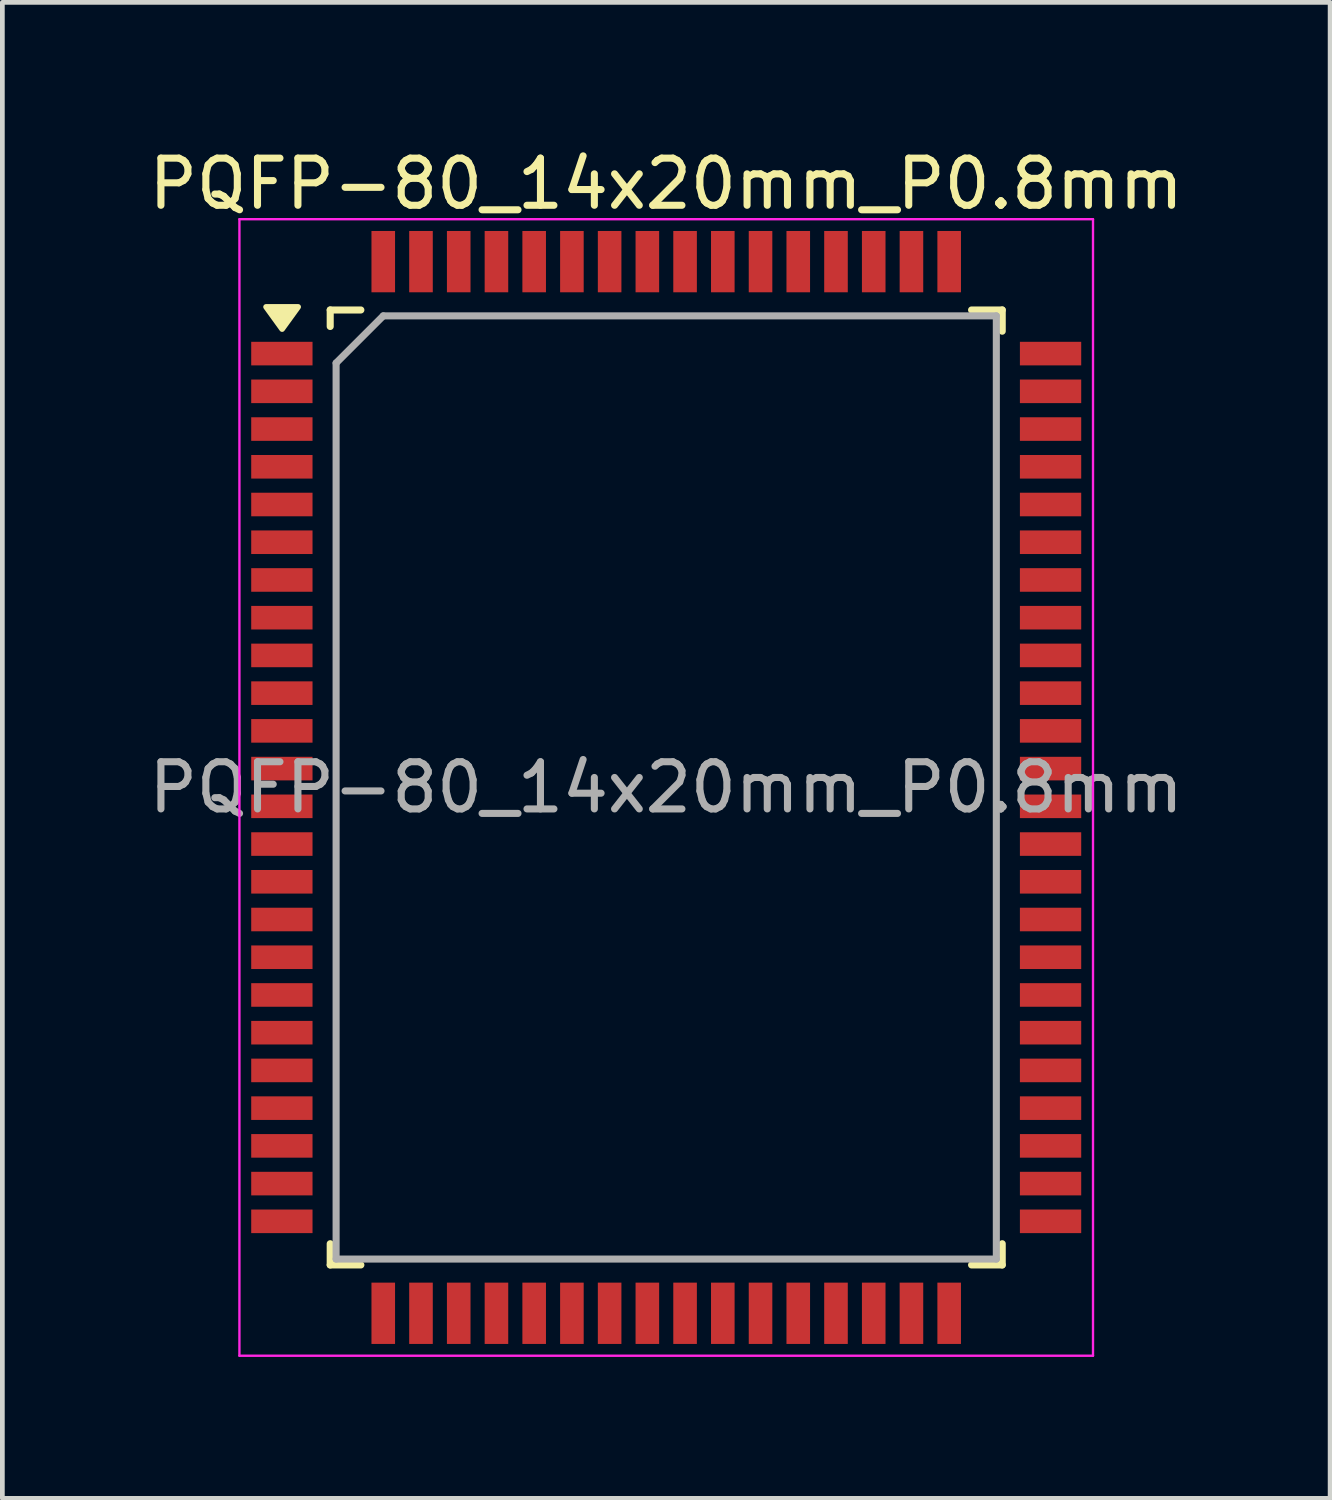
<source format=kicad_pcb>
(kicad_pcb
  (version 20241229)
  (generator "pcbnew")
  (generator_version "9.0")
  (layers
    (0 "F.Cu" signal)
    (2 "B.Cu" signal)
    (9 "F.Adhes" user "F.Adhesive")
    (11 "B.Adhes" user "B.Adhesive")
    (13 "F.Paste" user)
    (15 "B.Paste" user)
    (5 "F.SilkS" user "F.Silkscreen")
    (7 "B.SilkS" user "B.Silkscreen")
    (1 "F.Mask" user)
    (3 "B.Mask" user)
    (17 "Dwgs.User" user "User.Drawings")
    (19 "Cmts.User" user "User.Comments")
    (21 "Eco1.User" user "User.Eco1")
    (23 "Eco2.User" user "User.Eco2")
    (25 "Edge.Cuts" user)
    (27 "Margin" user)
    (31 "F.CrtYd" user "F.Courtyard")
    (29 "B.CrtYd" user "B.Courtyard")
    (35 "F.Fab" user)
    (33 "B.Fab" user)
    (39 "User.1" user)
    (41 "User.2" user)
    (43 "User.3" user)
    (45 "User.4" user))
  (footprint "PQFP-80_14x20mm_P0.8mm"
    (layer "F.Cu")
    (at 11.077 13.648)
    (property "Reference" "PQFP-80_14x20mm_P0.8mm" (at 0 -12.8 0) (layer "F.SilkS") (effects (font (size 1 1) (thickness 0.15))))
    (attr smd)
    (fp_line (start -7.125 -10.125) (end -7.125 -9.775) (stroke (width 0.15) (type solid)) (layer "F.SilkS"))
    (fp_line (start -7.125 -10.125) (end -6.475 -10.125) (stroke (width 0.15) (type solid)) (layer "F.SilkS"))
    (fp_line (start -7.125 10.125) (end -7.125 9.675) (stroke (width 0.15) (type solid)) (layer "F.SilkS"))
    (fp_line (start -7.125 10.125) (end -6.475 10.125) (stroke (width 0.15) (type solid)) (layer "F.SilkS"))
    (fp_line (start 7.125 -10.125) (end 6.475 -10.125) (stroke (width 0.15) (type solid)) (layer "F.SilkS"))
    (fp_line (start 7.125 -10.125) (end 7.125 -9.675) (stroke (width 0.15) (type solid)) (layer "F.SilkS"))
    (fp_line (start 7.125 10.125) (end 6.475 10.125) (stroke (width 0.15) (type solid)) (layer "F.SilkS"))
    (fp_line (start 7.125 10.125) (end 7.125 9.675) (stroke (width 0.15) (type solid)) (layer "F.SilkS"))
    (fp_poly (pts (xy -8.145 -9.72) (xy -8.485 -10.19) (xy -7.805 -10.19) (xy -8.145 -9.72)) (stroke (width 0.12) (type solid)) (fill yes) (layer "F.SilkS"))
    (fp_line (start -9.05 -12.05) (end -9.05 12.05) (stroke (width 0.05) (type solid)) (layer "F.CrtYd"))
    (fp_line (start -9.05 -12.05) (end 9.05 -12.05) (stroke (width 0.05) (type solid)) (layer "F.CrtYd"))
    (fp_line (start -9.05 12.05) (end 9.05 12.05) (stroke (width 0.05) (type solid)) (layer "F.CrtYd"))
    (fp_line (start 9.05 -12.05) (end 9.05 12.05) (stroke (width 0.05) (type solid)) (layer "F.CrtYd"))
    (fp_line (start -7 -9) (end -6 -10) (stroke (width 0.15) (type solid)) (layer "F.Fab"))
    (fp_line (start -7 10) (end -7 -9) (stroke (width 0.15) (type solid)) (layer "F.Fab"))
    (fp_line (start -6 -10) (end 7 -10) (stroke (width 0.15) (type solid)) (layer "F.Fab"))
    (fp_line (start 7 -10) (end 7 10) (stroke (width 0.15) (type solid)) (layer "F.Fab"))
    (fp_line (start 7 10) (end -7 10) (stroke (width 0.15) (type solid)) (layer "F.Fab"))
    (fp_text user "${REFERENCE}" (at 0 0 0) (layer "F.Fab") (effects (font (size 1 1) (thickness 0.15))))
    (pad "1" smd rect (at -8.15 -9.2) (size 1.3 0.5) (layers "F.Cu" "F.Mask" "F.Paste"))
    (pad "2" smd rect (at -8.15 -8.4) (size 1.3 0.5) (layers "F.Cu" "F.Mask" "F.Paste"))
    (pad "3" smd rect (at -8.15 -7.6) (size 1.3 0.5) (layers "F.Cu" "F.Mask" "F.Paste"))
    (pad "4" smd rect (at -8.15 -6.8) (size 1.3 0.5) (layers "F.Cu" "F.Mask" "F.Paste"))
    (pad "5" smd rect (at -8.15 -6) (size 1.3 0.5) (layers "F.Cu" "F.Mask" "F.Paste"))
    (pad "6" smd rect (at -8.15 -5.2) (size 1.3 0.5) (layers "F.Cu" "F.Mask" "F.Paste"))
    (pad "7" smd rect (at -8.15 -4.4) (size 1.3 0.5) (layers "F.Cu" "F.Mask" "F.Paste"))
    (pad "8" smd rect (at -8.15 -3.6) (size 1.3 0.5) (layers "F.Cu" "F.Mask" "F.Paste"))
    (pad "9" smd rect (at -8.15 -2.8) (size 1.3 0.5) (layers "F.Cu" "F.Mask" "F.Paste"))
    (pad "10" smd rect (at -8.15 -2) (size 1.3 0.5) (layers "F.Cu" "F.Mask" "F.Paste"))
    (pad "11" smd rect (at -8.15 -1.2) (size 1.3 0.5) (layers "F.Cu" "F.Mask" "F.Paste"))
    (pad "12" smd rect (at -8.15 -0.4) (size 1.3 0.5) (layers "F.Cu" "F.Mask" "F.Paste"))
    (pad "13" smd rect (at -8.15 0.4) (size 1.3 0.5) (layers "F.Cu" "F.Mask" "F.Paste"))
    (pad "14" smd rect (at -8.15 1.2) (size 1.3 0.5) (layers "F.Cu" "F.Mask" "F.Paste"))
    (pad "15" smd rect (at -8.15 2) (size 1.3 0.5) (layers "F.Cu" "F.Mask" "F.Paste"))
    (pad "16" smd rect (at -8.15 2.8) (size 1.3 0.5) (layers "F.Cu" "F.Mask" "F.Paste"))
    (pad "17" smd rect (at -8.15 3.6) (size 1.3 0.5) (layers "F.Cu" "F.Mask" "F.Paste"))
    (pad "18" smd rect (at -8.15 4.4) (size 1.3 0.5) (layers "F.Cu" "F.Mask" "F.Paste"))
    (pad "19" smd rect (at -8.15 5.2) (size 1.3 0.5) (layers "F.Cu" "F.Mask" "F.Paste"))
    (pad "20" smd rect (at -8.15 6) (size 1.3 0.5) (layers "F.Cu" "F.Mask" "F.Paste"))
    (pad "21" smd rect (at -8.15 6.8) (size 1.3 0.5) (layers "F.Cu" "F.Mask" "F.Paste"))
    (pad "22" smd rect (at -8.15 7.6) (size 1.3 0.5) (layers "F.Cu" "F.Mask" "F.Paste"))
    (pad "23" smd rect (at -8.15 8.4) (size 1.3 0.5) (layers "F.Cu" "F.Mask" "F.Paste"))
    (pad "24" smd rect (at -8.15 9.2) (size 1.3 0.5) (layers "F.Cu" "F.Mask" "F.Paste"))
    (pad "25" smd rect (at -6 11.15 90) (size 1.3 0.5) (layers "F.Cu" "F.Mask" "F.Paste"))
    (pad "26" smd rect (at -5.2 11.15 90) (size 1.3 0.5) (layers "F.Cu" "F.Mask" "F.Paste"))
    (pad "27" smd rect (at -4.4 11.15 90) (size 1.3 0.5) (layers "F.Cu" "F.Mask" "F.Paste"))
    (pad "28" smd rect (at -3.6 11.15 90) (size 1.3 0.5) (layers "F.Cu" "F.Mask" "F.Paste"))
    (pad "29" smd rect (at -2.8 11.15 90) (size 1.3 0.5) (layers "F.Cu" "F.Mask" "F.Paste"))
    (pad "30" smd rect (at -2 11.15 90) (size 1.3 0.5) (layers "F.Cu" "F.Mask" "F.Paste"))
    (pad "31" smd rect (at -1.2 11.15 90) (size 1.3 0.5) (layers "F.Cu" "F.Mask" "F.Paste"))
    (pad "32" smd rect (at -0.4 11.15 90) (size 1.3 0.5) (layers "F.Cu" "F.Mask" "F.Paste"))
    (pad "33" smd rect (at 0.4 11.15 90) (size 1.3 0.5) (layers "F.Cu" "F.Mask" "F.Paste"))
    (pad "34" smd rect (at 1.2 11.15 90) (size 1.3 0.5) (layers "F.Cu" "F.Mask" "F.Paste"))
    (pad "35" smd rect (at 2 11.15 90) (size 1.3 0.5) (layers "F.Cu" "F.Mask" "F.Paste"))
    (pad "36" smd rect (at 2.8 11.15 90) (size 1.3 0.5) (layers "F.Cu" "F.Mask" "F.Paste"))
    (pad "37" smd rect (at 3.6 11.15 90) (size 1.3 0.5) (layers "F.Cu" "F.Mask" "F.Paste"))
    (pad "38" smd rect (at 4.4 11.15 90) (size 1.3 0.5) (layers "F.Cu" "F.Mask" "F.Paste"))
    (pad "39" smd rect (at 5.2 11.15 90) (size 1.3 0.5) (layers "F.Cu" "F.Mask" "F.Paste"))
    (pad "40" smd rect (at 6 11.15 90) (size 1.3 0.5) (layers "F.Cu" "F.Mask" "F.Paste"))
    (pad "41" smd rect (at 8.15 9.2) (size 1.3 0.5) (layers "F.Cu" "F.Mask" "F.Paste"))
    (pad "42" smd rect (at 8.15 8.4) (size 1.3 0.5) (layers "F.Cu" "F.Mask" "F.Paste"))
    (pad "43" smd rect (at 8.15 7.6) (size 1.3 0.5) (layers "F.Cu" "F.Mask" "F.Paste"))
    (pad "44" smd rect (at 8.15 6.8) (size 1.3 0.5) (layers "F.Cu" "F.Mask" "F.Paste"))
    (pad "45" smd rect (at 8.15 6) (size 1.3 0.5) (layers "F.Cu" "F.Mask" "F.Paste"))
    (pad "46" smd rect (at 8.15 5.2) (size 1.3 0.5) (layers "F.Cu" "F.Mask" "F.Paste"))
    (pad "47" smd rect (at 8.15 4.4) (size 1.3 0.5) (layers "F.Cu" "F.Mask" "F.Paste"))
    (pad "48" smd rect (at 8.15 3.6) (size 1.3 0.5) (layers "F.Cu" "F.Mask" "F.Paste"))
    (pad "49" smd rect (at 8.15 2.8) (size 1.3 0.5) (layers "F.Cu" "F.Mask" "F.Paste"))
    (pad "50" smd rect (at 8.15 2) (size 1.3 0.5) (layers "F.Cu" "F.Mask" "F.Paste"))
    (pad "51" smd rect (at 8.15 1.2) (size 1.3 0.5) (layers "F.Cu" "F.Mask" "F.Paste"))
    (pad "52" smd rect (at 8.15 0.4) (size 1.3 0.5) (layers "F.Cu" "F.Mask" "F.Paste"))
    (pad "53" smd rect (at 8.15 -0.4) (size 1.3 0.5) (layers "F.Cu" "F.Mask" "F.Paste"))
    (pad "54" smd rect (at 8.15 -1.2) (size 1.3 0.5) (layers "F.Cu" "F.Mask" "F.Paste"))
    (pad "55" smd rect (at 8.15 -2) (size 1.3 0.5) (layers "F.Cu" "F.Mask" "F.Paste"))
    (pad "56" smd rect (at 8.15 -2.8) (size 1.3 0.5) (layers "F.Cu" "F.Mask" "F.Paste"))
    (pad "57" smd rect (at 8.15 -3.6) (size 1.3 0.5) (layers "F.Cu" "F.Mask" "F.Paste"))
    (pad "58" smd rect (at 8.15 -4.4) (size 1.3 0.5) (layers "F.Cu" "F.Mask" "F.Paste"))
    (pad "59" smd rect (at 8.15 -5.2) (size 1.3 0.5) (layers "F.Cu" "F.Mask" "F.Paste"))
    (pad "60" smd rect (at 8.15 -6) (size 1.3 0.5) (layers "F.Cu" "F.Mask" "F.Paste"))
    (pad "61" smd rect (at 8.15 -6.8) (size 1.3 0.5) (layers "F.Cu" "F.Mask" "F.Paste"))
    (pad "62" smd rect (at 8.15 -7.6) (size 1.3 0.5) (layers "F.Cu" "F.Mask" "F.Paste"))
    (pad "63" smd rect (at 8.15 -8.4) (size 1.3 0.5) (layers "F.Cu" "F.Mask" "F.Paste"))
    (pad "64" smd rect (at 8.15 -9.2) (size 1.3 0.5) (layers "F.Cu" "F.Mask" "F.Paste"))
    (pad "65" smd rect (at 6 -11.15 90) (size 1.3 0.5) (layers "F.Cu" "F.Mask" "F.Paste"))
    (pad "66" smd rect (at 5.2 -11.15 90) (size 1.3 0.5) (layers "F.Cu" "F.Mask" "F.Paste"))
    (pad "67" smd rect (at 4.4 -11.15 90) (size 1.3 0.5) (layers "F.Cu" "F.Mask" "F.Paste"))
    (pad "68" smd rect (at 3.6 -11.15 90) (size 1.3 0.5) (layers "F.Cu" "F.Mask" "F.Paste"))
    (pad "69" smd rect (at 2.8 -11.15 90) (size 1.3 0.5) (layers "F.Cu" "F.Mask" "F.Paste"))
    (pad "70" smd rect (at 2 -11.15 90) (size 1.3 0.5) (layers "F.Cu" "F.Mask" "F.Paste"))
    (pad "71" smd rect (at 1.2 -11.15 90) (size 1.3 0.5) (layers "F.Cu" "F.Mask" "F.Paste"))
    (pad "72" smd rect (at 0.4 -11.15 90) (size 1.3 0.5) (layers "F.Cu" "F.Mask" "F.Paste"))
    (pad "73" smd rect (at -0.4 -11.15 90) (size 1.3 0.5) (layers "F.Cu" "F.Mask" "F.Paste"))
    (pad "74" smd rect (at -1.2 -11.15 90) (size 1.3 0.5) (layers "F.Cu" "F.Mask" "F.Paste"))
    (pad "75" smd rect (at -2 -11.15 90) (size 1.3 0.5) (layers "F.Cu" "F.Mask" "F.Paste"))
    (pad "76" smd rect (at -2.8 -11.15 90) (size 1.3 0.5) (layers "F.Cu" "F.Mask" "F.Paste"))
    (pad "77" smd rect (at -3.6 -11.15 90) (size 1.3 0.5) (layers "F.Cu" "F.Mask" "F.Paste"))
    (pad "78" smd rect (at -4.4 -11.15 90) (size 1.3 0.5) (layers "F.Cu" "F.Mask" "F.Paste"))
    (pad "79" smd rect (at -5.2 -11.15 90) (size 1.3 0.5) (layers "F.Cu" "F.Mask" "F.Paste"))
    (pad "80" smd rect (at -6 -11.15 90) (size 1.3 0.5) (layers "F.Cu" "F.Mask" "F.Paste")))
  (gr_rect
    (start -3 -3)
    (end 25.155 28.723)
    (stroke (width 0.1) (type default))
    (fill no)
    (layer "Edge.Cuts")))
</source>
